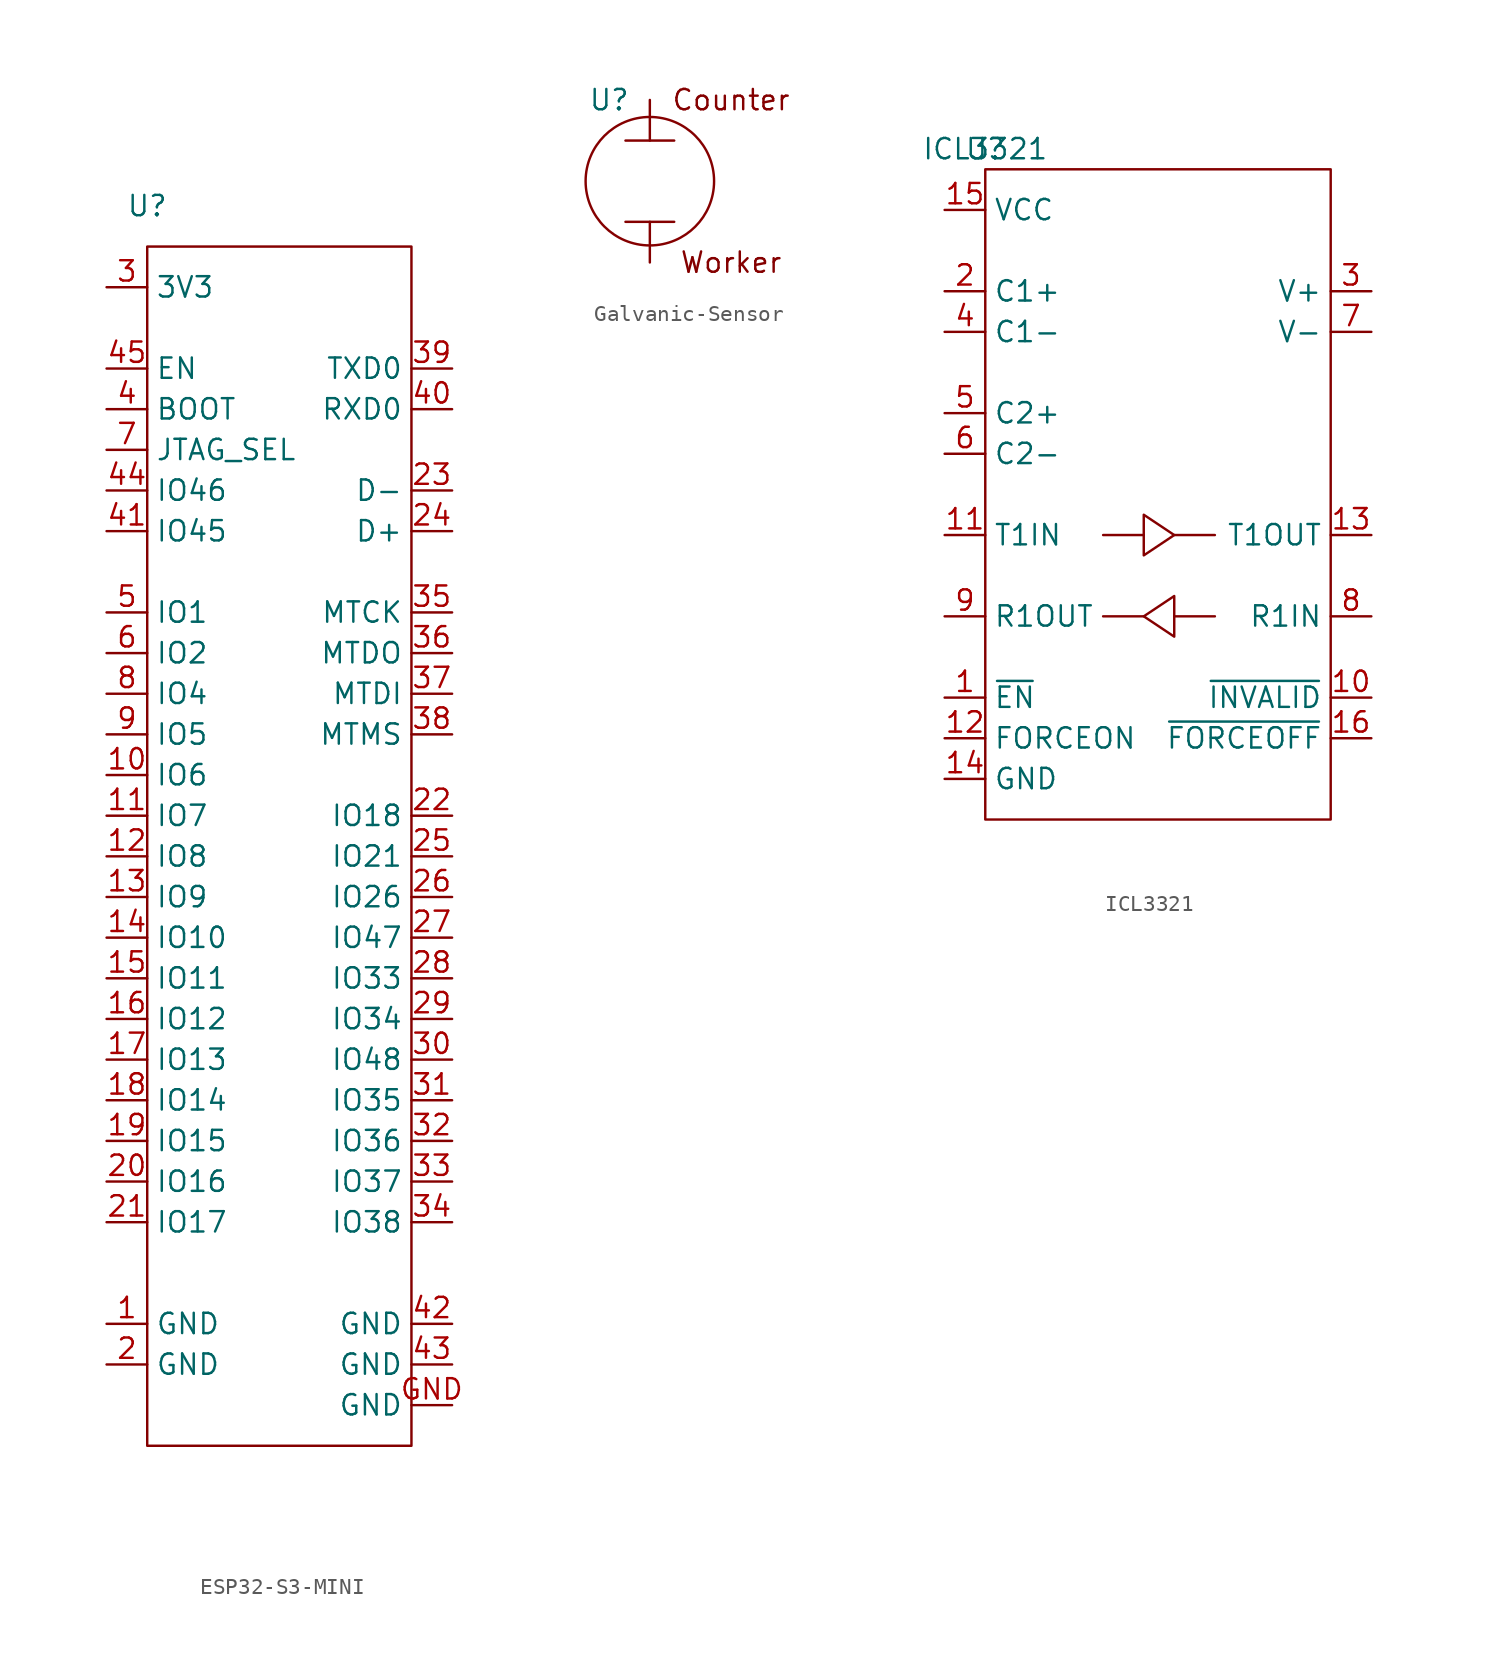
<source format=kicad_sym>
(kicad_symbol_lib
  (version 20220914)
  (generator kicad_symbol_editor)
  (symbol "ESP32-S3-MINI"
    (property "Reference" "U"
      (at 0 0 0)
      (effects (font (size 1.27 1.27))))
    (property "Value" ""
      (at 0 0 0)
      (effects (font (size 1.27 1.27))))
    (symbol "ESP32-S3-MINI_0_1"
      (rectangle (start 0 -2.54) (end 16.51 -77.47) (stroke (width 0) (type default)) (fill (type none))))
    (symbol "ESP32-S3-MINI_1_1"
      (pin power_out line (at -2.54 -69.85 0) (length 2.54) (name "GND" (effects (font (size 1.27 1.27)))) (number "1" (effects (font (size 1.27 1.27)))))
      (pin bidirectional line (at -2.54 -35.56 0) (length 2.54) (name "IO6" (effects (font (size 1.27 1.27)))) (number "10" (effects (font (size 1.27 1.27)))))
      (pin bidirectional line (at -2.54 -38.1 0) (length 2.54) (name "IO7" (effects (font (size 1.27 1.27)))) (number "11" (effects (font (size 1.27 1.27)))))
      (pin bidirectional line (at -2.54 -40.64 0) (length 2.54) (name "IO8" (effects (font (size 1.27 1.27)))) (number "12" (effects (font (size 1.27 1.27)))))
      (pin bidirectional line (at -2.54 -43.18 0) (length 2.54) (name "IO9" (effects (font (size 1.27 1.27)))) (number "13" (effects (font (size 1.27 1.27)))))
      (pin bidirectional line (at -2.54 -45.72 0) (length 2.54) (name "IO10" (effects (font (size 1.27 1.27)))) (number "14" (effects (font (size 1.27 1.27)))))
      (pin bidirectional line (at -2.54 -48.26 0) (length 2.54) (name "IO11" (effects (font (size 1.27 1.27)))) (number "15" (effects (font (size 1.27 1.27)))))
      (pin bidirectional line (at -2.54 -50.8 0) (length 2.54) (name "IO12" (effects (font (size 1.27 1.27)))) (number "16" (effects (font (size 1.27 1.27)))))
      (pin bidirectional line (at -2.54 -53.34 0) (length 2.54) (name "IO13" (effects (font (size 1.27 1.27)))) (number "17" (effects (font (size 1.27 1.27)))))
      (pin bidirectional line (at -2.54 -55.88 0) (length 2.54) (name "IO14" (effects (font (size 1.27 1.27)))) (number "18" (effects (font (size 1.27 1.27)))))
      (pin bidirectional line (at -2.54 -58.42 0) (length 2.54) (name "IO15" (effects (font (size 1.27 1.27)))) (number "19" (effects (font (size 1.27 1.27)))))
      (pin power_out line (at -2.54 -72.39 0) (length 2.54) (name "GND" (effects (font (size 1.27 1.27)))) (number "2" (effects (font (size 1.27 1.27)))))
      (pin bidirectional line (at -2.54 -60.96 0) (length 2.54) (name "IO16" (effects (font (size 1.27 1.27)))) (number "20" (effects (font (size 1.27 1.27)))))
      (pin bidirectional line (at -2.54 -63.5 0) (length 2.54) (name "IO17" (effects (font (size 1.27 1.27)))) (number "21" (effects (font (size 1.27 1.27)))))
      (pin bidirectional line (at 19.05 -38.1 180) (length 2.54) (name "IO18" (effects (font (size 1.27 1.27)))) (number "22" (effects (font (size 1.27 1.27)))))
      (pin bidirectional line (at 19.05 -17.78 180) (length 2.54) (name "D-" (effects (font (size 1.27 1.27)))) (number "23" (effects (font (size 1.27 1.27)))))
      (pin bidirectional line (at 19.05 -20.32 180) (length 2.54) (name "D+" (effects (font (size 1.27 1.27)))) (number "24" (effects (font (size 1.27 1.27)))))
      (pin bidirectional line (at 19.05 -40.64 180) (length 2.54) (name "IO21" (effects (font (size 1.27 1.27)))) (number "25" (effects (font (size 1.27 1.27)))))
      (pin bidirectional line (at 19.05 -43.18 180) (length 2.54) (name "IO26" (effects (font (size 1.27 1.27)))) (number "26" (effects (font (size 1.27 1.27)))))
      (pin bidirectional line (at 19.05 -45.72 180) (length 2.54) (name "IO47" (effects (font (size 1.27 1.27)))) (number "27" (effects (font (size 1.27 1.27)))))
      (pin bidirectional line (at 19.05 -48.26 180) (length 2.54) (name "IO33" (effects (font (size 1.27 1.27)))) (number "28" (effects (font (size 1.27 1.27)))))
      (pin bidirectional line (at 19.05 -50.8 180) (length 2.54) (name "IO34" (effects (font (size 1.27 1.27)))) (number "29" (effects (font (size 1.27 1.27)))))
      (pin input line (at -2.54 -5.08 0) (length 2.54) (name "3V3" (effects (font (size 1.27 1.27)))) (number "3" (effects (font (size 1.27 1.27)))))
      (pin bidirectional line (at 19.05 -53.34 180) (length 2.54) (name "IO48" (effects (font (size 1.27 1.27)))) (number "30" (effects (font (size 1.27 1.27)))))
      (pin bidirectional line (at 19.05 -55.88 180) (length 2.54) (name "IO35" (effects (font (size 1.27 1.27)))) (number "31" (effects (font (size 1.27 1.27)))))
      (pin bidirectional line (at 19.05 -58.42 180) (length 2.54) (name "IO36" (effects (font (size 1.27 1.27)))) (number "32" (effects (font (size 1.27 1.27)))))
      (pin bidirectional line (at 19.05 -60.96 180) (length 2.54) (name "IO37" (effects (font (size 1.27 1.27)))) (number "33" (effects (font (size 1.27 1.27)))))
      (pin bidirectional line (at 19.05 -63.5 180) (length 2.54) (name "IO38" (effects (font (size 1.27 1.27)))) (number "34" (effects (font (size 1.27 1.27)))))
      (pin bidirectional line (at 19.05 -25.4 180) (length 2.54) (name "MTCK" (effects (font (size 1.27 1.27)))) (number "35" (effects (font (size 1.27 1.27)))))
      (pin bidirectional line (at 19.05 -27.94 180) (length 2.54) (name "MTDO" (effects (font (size 1.27 1.27)))) (number "36" (effects (font (size 1.27 1.27)))))
      (pin bidirectional line (at 19.05 -30.48 180) (length 2.54) (name "MTDI" (effects (font (size 1.27 1.27)))) (number "37" (effects (font (size 1.27 1.27)))))
      (pin bidirectional line (at 19.05 -33.02 180) (length 2.54) (name "MTMS" (effects (font (size 1.27 1.27)))) (number "38" (effects (font (size 1.27 1.27)))))
      (pin bidirectional line (at 19.05 -10.16 180) (length 2.54) (name "TXD0" (effects (font (size 1.27 1.27)))) (number "39" (effects (font (size 1.27 1.27)))))
      (pin bidirectional line (at -2.54 -12.7 0) (length 2.54) (name "BOOT" (effects (font (size 1.27 1.27)))) (number "4" (effects (font (size 1.27 1.27)))))
      (pin bidirectional line (at 19.05 -12.7 180) (length 2.54) (name "RXD0" (effects (font (size 1.27 1.27)))) (number "40" (effects (font (size 1.27 1.27)))))
      (pin bidirectional line (at -2.54 -20.32 0) (length 2.54) (name "IO45" (effects (font (size 1.27 1.27)))) (number "41" (effects (font (size 1.27 1.27)))))
      (pin power_out line (at 19.05 -69.85 180) (length 2.54) (name "GND" (effects (font (size 1.27 1.27)))) (number "42" (effects (font (size 1.27 1.27)))))
      (pin power_out line (at 19.05 -72.39 180) (length 2.54) (name "GND" (effects (font (size 1.27 1.27)))) (number "43" (effects (font (size 1.27 1.27)))))
      (pin bidirectional line (at -2.54 -17.78 0) (length 2.54) (name "IO46" (effects (font (size 1.27 1.27)))) (number "44" (effects (font (size 1.27 1.27)))))
      (pin input line (at -2.54 -10.16 0) (length 2.54) (name "EN" (effects (font (size 1.27 1.27)))) (number "45" (effects (font (size 1.27 1.27)))))
      (pin bidirectional line (at -2.54 -25.4 0) (length 2.54) (name "IO1" (effects (font (size 1.27 1.27)))) (number "5" (effects (font (size 1.27 1.27)))))
      (pin bidirectional line (at -2.54 -27.94 0) (length 2.54) (name "IO2" (effects (font (size 1.27 1.27)))) (number "6" (effects (font (size 1.27 1.27)))))
      (pin bidirectional line (at -2.54 -15.24 0) (length 2.54) (name "JTAG_SEL" (effects (font (size 1.27 1.27)))) (number "7" (effects (font (size 1.27 1.27)))))
      (pin bidirectional line (at -2.54 -30.48 0) (length 2.54) (name "IO4" (effects (font (size 1.27 1.27)))) (number "8" (effects (font (size 1.27 1.27)))))
      (pin bidirectional line (at -2.54 -33.02 0) (length 2.54) (name "IO5" (effects (font (size 1.27 1.27)))) (number "9" (effects (font (size 1.27 1.27)))))
      (pin power_out line (at 19.05 -74.93 180) (length 2.54) (name "GND" (effects (font (size 1.27 1.27)))) (number "GND" (effects (font (size 1.27 1.27)))))))
  (symbol "Galvanic-Sensor"
    (pin_numbers hide)
    (pin_names
      (offset 0) hide)
    (property "Reference" "U"
      (at -2.54 0 0)
      (effects (font (size 1.27 1.27))))
    (symbol "Galvanic-Sensor_0_1"
      (circle (center 0 -5.08) (radius 4.016) (stroke (width 0) (type default)) (fill (type none)))
      (polyline (pts (xy -1.524 -7.62) (xy 1.524 -7.62)) (stroke (width 0) (type default)) (fill (type none)))
      (polyline (pts (xy -1.524 -2.54) (xy 1.524 -2.54)) (stroke (width 0) (type default)) (fill (type none))))
    (symbol "Galvanic-Sensor_1_1"
      (text "Counter" (at 5.08 0 0) (effects (font (size 1.27 1.27))))
      (text "Worker" (at 5.08 -10.16 0) (effects (font (size 1.27 1.27))))
      (pin input line (at 0 -10.16 90) (length 2.54) (name "Worker" (effects (font (size 1.27 1.27)))) (number "2" (effects (font (size 1.27 1.27)))))
      (pin input line (at 0 0 270) (length 2.54) (name "Counter" (effects (font (size 1.27 1.27)))) (number "3" (effects (font (size 1.27 1.27)))))))
  (symbol "ICL3321"
    (property "Reference" "U"
      (at 0 0 0)
      (effects (font (size 1.27 1.27))))
    (property "Value" "ICL3321"
      (at 0 0 0)
      (effects (font (size 1.27 1.27))))
    (symbol "ICL3321_0_1"
      (rectangle (start 0 -1.27) (end 21.59 -41.91) (stroke (width 0) (type default)) (fill (type none)))
      (polyline (pts (xy 7.366 -29.21) (xy 9.906 -29.21)) (stroke (width 0) (type default)) (fill (type none)))
      (polyline (pts (xy 7.366 -24.13) (xy 9.906 -24.13)) (stroke (width 0) (type default)) (fill (type none)))
      (polyline (pts (xy 11.811 -29.21) (xy 14.351 -29.21)) (stroke (width 0) (type default)) (fill (type none)))
      (polyline (pts (xy 11.811 -24.13) (xy 14.351 -24.13)) (stroke (width 0) (type default)) (fill (type none)))
      (polyline (pts (xy 9.906 -22.86) (xy 9.906 -25.4) (xy 11.811 -24.13) (xy 9.906 -22.86)) (stroke (width 0) (type default)) (fill (type none)))
      (polyline (pts (xy 11.811 -27.94) (xy 11.811 -30.48) (xy 9.906 -29.21) (xy 11.811 -27.94)) (stroke (width 0) (type default)) (fill (type none))))
    (symbol "ICL3321_1_1"
      (pin input line (at -2.54 -34.29 0) (length 2.54) (name "~{EN}" (effects (font (size 1.27 1.27)))) (number "1" (effects (font (size 1.27 1.27)))))
      (pin output line (at 24.13 -34.29 180) (length 2.54) (name "~{INVALID}" (effects (font (size 1.27 1.27)))) (number "10" (effects (font (size 1.27 1.27)))))
      (pin input line (at -2.54 -24.13 0) (length 2.54) (name "T1IN" (effects (font (size 1.27 1.27)))) (number "11" (effects (font (size 1.27 1.27)))))
      (pin input line (at -2.54 -36.83 0) (length 2.54) (name "FORCEON" (effects (font (size 1.27 1.27)))) (number "12" (effects (font (size 1.27 1.27)))))
      (pin output line (at 24.13 -24.13 180) (length 2.54) (name "T1OUT" (effects (font (size 1.27 1.27)))) (number "13" (effects (font (size 1.27 1.27)))))
      (pin power_out line (at -2.54 -39.37 0) (length 2.54) (name "GND" (effects (font (size 1.27 1.27)))) (number "14" (effects (font (size 1.27 1.27)))))
      (pin power_in line (at -2.54 -3.81 0) (length 2.54) (name "VCC" (effects (font (size 1.27 1.27)))) (number "15" (effects (font (size 1.27 1.27)))))
      (pin input line (at 24.13 -36.83 180) (length 2.54) (name "~{FORCEOFF}" (effects (font (size 1.27 1.27)))) (number "16" (effects (font (size 1.27 1.27)))))
      (pin bidirectional line (at -2.54 -8.89 0) (length 2.54) (name "C1+" (effects (font (size 1.27 1.27)))) (number "2" (effects (font (size 1.27 1.27)))))
      (pin power_in line (at 24.13 -8.89 180) (length 2.54) (name "V+" (effects (font (size 1.27 1.27)))) (number "3" (effects (font (size 1.27 1.27)))))
      (pin bidirectional line (at -2.54 -11.43 0) (length 2.54) (name "C1-" (effects (font (size 1.27 1.27)))) (number "4" (effects (font (size 1.27 1.27)))))
      (pin bidirectional line (at -2.54 -16.51 0) (length 2.54) (name "C2+" (effects (font (size 1.27 1.27)))) (number "5" (effects (font (size 1.27 1.27)))))
      (pin bidirectional line (at -2.54 -19.05 0) (length 2.54) (name "C2-" (effects (font (size 1.27 1.27)))) (number "6" (effects (font (size 1.27 1.27)))))
      (pin power_out line (at 24.13 -11.43 180) (length 2.54) (name "V-" (effects (font (size 1.27 1.27)))) (number "7" (effects (font (size 1.27 1.27)))))
      (pin input line (at 24.13 -29.21 180) (length 2.54) (name "R1IN" (effects (font (size 1.27 1.27)))) (number "8" (effects (font (size 1.27 1.27)))))
      (pin output line (at -2.54 -29.21 0) (length 2.54) (name "R1OUT" (effects (font (size 1.27 1.27)))) (number "9" (effects (font (size 1.27 1.27))))))))
</source>
